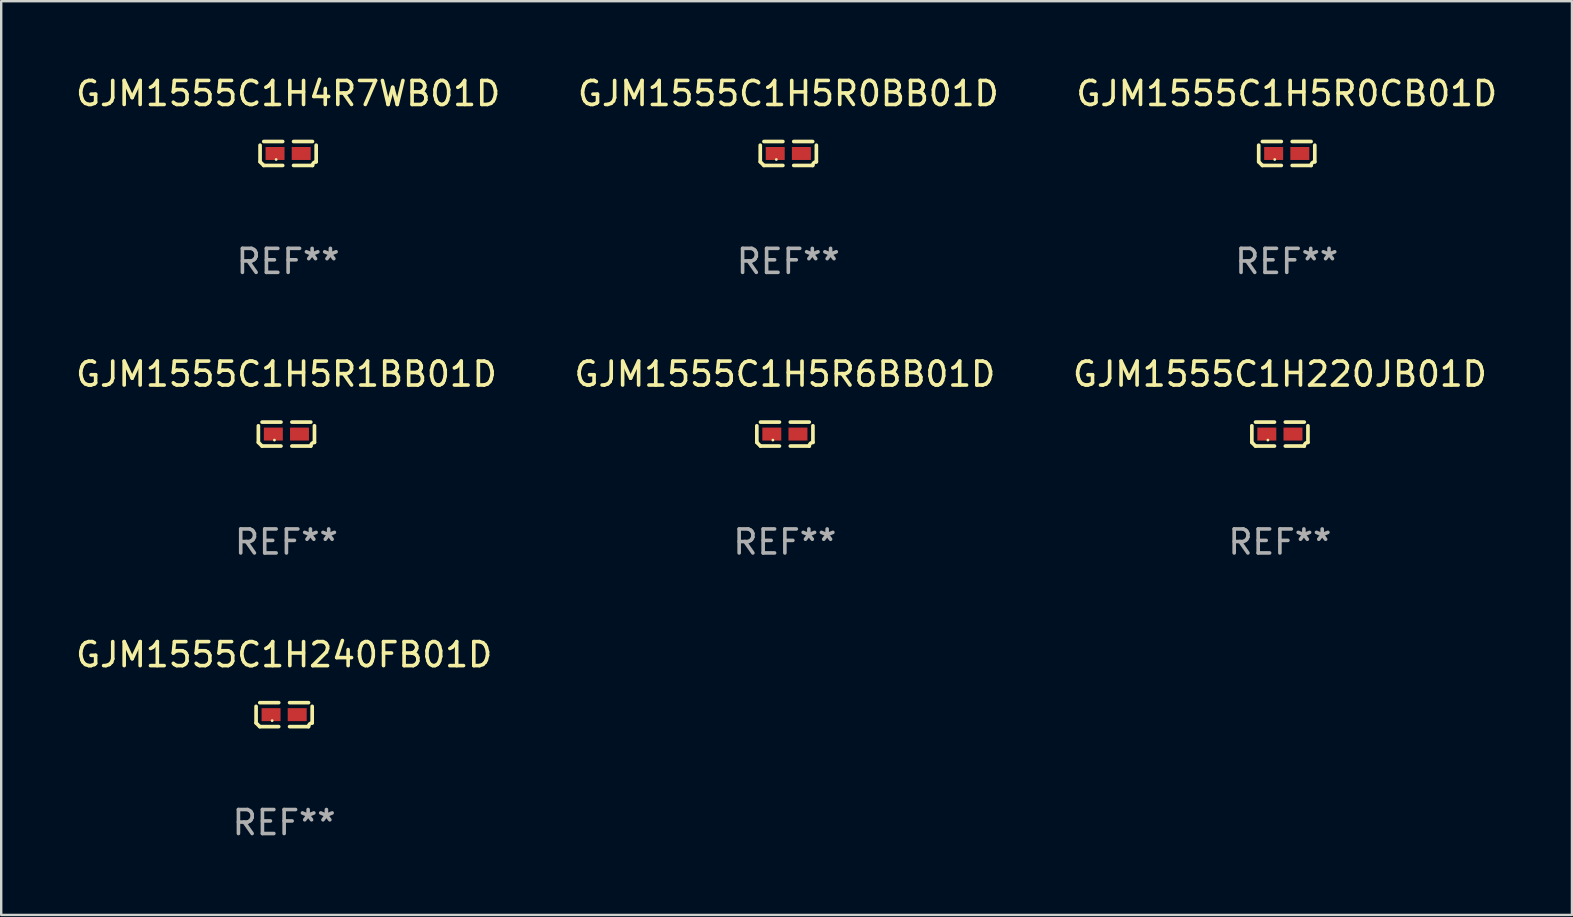
<source format=kicad_pcb>
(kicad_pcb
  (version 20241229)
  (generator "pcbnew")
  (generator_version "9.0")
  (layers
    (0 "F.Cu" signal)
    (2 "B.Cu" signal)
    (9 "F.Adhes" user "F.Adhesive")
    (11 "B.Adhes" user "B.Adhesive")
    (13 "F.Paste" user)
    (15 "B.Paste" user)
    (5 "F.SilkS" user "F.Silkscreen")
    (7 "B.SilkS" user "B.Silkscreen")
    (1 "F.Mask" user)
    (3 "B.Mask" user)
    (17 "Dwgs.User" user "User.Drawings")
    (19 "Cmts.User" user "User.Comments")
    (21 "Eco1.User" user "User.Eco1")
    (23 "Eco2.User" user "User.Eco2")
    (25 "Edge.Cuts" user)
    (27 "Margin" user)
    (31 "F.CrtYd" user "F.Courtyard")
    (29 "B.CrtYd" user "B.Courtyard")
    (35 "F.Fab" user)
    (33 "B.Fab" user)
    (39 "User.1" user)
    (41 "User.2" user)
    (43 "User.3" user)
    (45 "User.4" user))
  (footprint "GJM1555C1H5R0CB01D"
    (layer "F.Cu")
    (at 50.577 3.347)
    (property "Reference" "GJM1555C1H5R0CB01D" (at 0 -2.499 0) (layer "F.SilkS") (effects (font (size 1 1) (thickness 0.15))))
    (attr through_hole)
    (fp_line (start -1.169 0.346) (end -1.169 -0.346) (stroke (width 0.152) (type solid)) (layer "F.SilkS"))
    (fp_line (start -1.016 -0.499) (end -0.226 -0.499) (stroke (width 0.152) (type solid)) (layer "F.SilkS"))
    (fp_line (start -0.226 0.499) (end -1.016 0.499) (stroke (width 0.152) (type solid)) (layer "F.SilkS"))
    (fp_line (start 0.226 0.499) (end 1.016 0.499) (stroke (width 0.152) (type solid)) (layer "F.SilkS"))
    (fp_line (start 1.016 -0.499) (end 0.226 -0.499) (stroke (width 0.152) (type solid)) (layer "F.SilkS"))
    (fp_line (start 1.169 0.346) (end 1.169 -0.346) (stroke (width 0.152) (type solid)) (layer "F.SilkS"))
    (fp_arc (start -1.016307 0.498603) (mid -1.092512 0.422405) (end -1.16871 0.3462) (stroke (width 0.1524) (type solid)) (layer "F.SilkS"))
    (fp_arc (start 1.016307 0.498603) (mid 1.060899 0.390758) (end 1.168707 0.346076) (stroke (width 0.1524) (type solid)) (layer "F.SilkS"))
    (fp_circle (center -0.5 0.25) (end -0.47 0.25) (stroke (width 0.06) (type solid)) (fill no) (layer "F.SilkS"))
    (fp_text user "REF**" (at 0 4.499 0) (layer "F.Fab") (effects (font (size 1 1) (thickness 0.15))))
    (pad "1" smd rect (at -0.545 0) (size 0.79 0.54) (layers "F.Cu" "F.Mask" "F.Paste"))
    (pad "2" smd rect (at 0.545 0) (size 0.79 0.54) (layers "F.Cu" "F.Mask" "F.Paste")))
  (footprint "GJM1555C1H240FB01D"
    (layer "F.Cu")
    (at 8.792 26.734)
    (property "Reference" "GJM1555C1H240FB01D" (at 0 -2.499 0) (layer "F.SilkS") (effects (font (size 1 1) (thickness 0.15))))
    (attr through_hole)
    (fp_line (start -1.169 0.346) (end -1.169 -0.346) (stroke (width 0.152) (type solid)) (layer "F.SilkS"))
    (fp_line (start -1.016 -0.499) (end -0.226 -0.499) (stroke (width 0.152) (type solid)) (layer "F.SilkS"))
    (fp_line (start -0.226 0.499) (end -1.016 0.499) (stroke (width 0.152) (type solid)) (layer "F.SilkS"))
    (fp_line (start 0.226 0.499) (end 1.016 0.499) (stroke (width 0.152) (type solid)) (layer "F.SilkS"))
    (fp_line (start 1.016 -0.499) (end 0.226 -0.499) (stroke (width 0.152) (type solid)) (layer "F.SilkS"))
    (fp_line (start 1.169 0.346) (end 1.169 -0.346) (stroke (width 0.152) (type solid)) (layer "F.SilkS"))
    (fp_arc (start -1.016307 0.498603) (mid -1.092512 0.422405) (end -1.16871 0.3462) (stroke (width 0.1524) (type solid)) (layer "F.SilkS"))
    (fp_arc (start 1.016307 0.498603) (mid 1.060899 0.390758) (end 1.168707 0.346076) (stroke (width 0.1524) (type solid)) (layer "F.SilkS"))
    (fp_circle (center -0.5 0.25) (end -0.47 0.25) (stroke (width 0.06) (type solid)) (fill no) (layer "F.SilkS"))
    (fp_text user "REF**" (at 0 4.499 0) (layer "F.Fab") (effects (font (size 1 1) (thickness 0.15))))
    (pad "1" smd rect (at -0.545 0) (size 0.79 0.54) (layers "F.Cu" "F.Mask" "F.Paste"))
    (pad "2" smd rect (at 0.545 0) (size 0.79 0.54) (layers "F.Cu" "F.Mask" "F.Paste")))
  (footprint "GJM1555C1H5R1BB01D"
    (layer "F.Cu")
    (at 8.887 15.041)
    (property "Reference" "GJM1555C1H5R1BB01D" (at 0 -2.499 0) (layer "F.SilkS") (effects (font (size 1 1) (thickness 0.15))))
    (attr through_hole)
    (fp_line (start -1.169 0.346) (end -1.169 -0.346) (stroke (width 0.152) (type solid)) (layer "F.SilkS"))
    (fp_line (start -1.016 -0.499) (end -0.226 -0.499) (stroke (width 0.152) (type solid)) (layer "F.SilkS"))
    (fp_line (start -0.226 0.499) (end -1.016 0.499) (stroke (width 0.152) (type solid)) (layer "F.SilkS"))
    (fp_line (start 0.226 0.499) (end 1.016 0.499) (stroke (width 0.152) (type solid)) (layer "F.SilkS"))
    (fp_line (start 1.016 -0.499) (end 0.226 -0.499) (stroke (width 0.152) (type solid)) (layer "F.SilkS"))
    (fp_line (start 1.169 0.346) (end 1.169 -0.346) (stroke (width 0.152) (type solid)) (layer "F.SilkS"))
    (fp_arc (start -1.016307 0.498603) (mid -1.092512 0.422405) (end -1.16871 0.3462) (stroke (width 0.1524) (type solid)) (layer "F.SilkS"))
    (fp_arc (start 1.016307 0.498603) (mid 1.060899 0.390758) (end 1.168707 0.346076) (stroke (width 0.1524) (type solid)) (layer "F.SilkS"))
    (fp_circle (center -0.5 0.25) (end -0.47 0.25) (stroke (width 0.06) (type solid)) (fill no) (layer "F.SilkS"))
    (fp_text user "REF**" (at 0 4.499 0) (layer "F.Fab") (effects (font (size 1 1) (thickness 0.15))))
    (pad "1" smd rect (at -0.545 0) (size 0.79 0.54) (layers "F.Cu" "F.Mask" "F.Paste"))
    (pad "2" smd rect (at 0.545 0) (size 0.79 0.54) (layers "F.Cu" "F.Mask" "F.Paste")))
  (footprint "GJM1555C1H5R6BB01D"
    (layer "F.Cu")
    (at 29.661 15.041)
    (property "Reference" "GJM1555C1H5R6BB01D" (at 0 -2.499 0) (layer "F.SilkS") (effects (font (size 1 1) (thickness 0.15))))
    (attr through_hole)
    (fp_line (start -1.169 0.346) (end -1.169 -0.346) (stroke (width 0.152) (type solid)) (layer "F.SilkS"))
    (fp_line (start -1.016 -0.499) (end -0.226 -0.499) (stroke (width 0.152) (type solid)) (layer "F.SilkS"))
    (fp_line (start -0.226 0.499) (end -1.016 0.499) (stroke (width 0.152) (type solid)) (layer "F.SilkS"))
    (fp_line (start 0.226 0.499) (end 1.016 0.499) (stroke (width 0.152) (type solid)) (layer "F.SilkS"))
    (fp_line (start 1.016 -0.499) (end 0.226 -0.499) (stroke (width 0.152) (type solid)) (layer "F.SilkS"))
    (fp_line (start 1.169 0.346) (end 1.169 -0.346) (stroke (width 0.152) (type solid)) (layer "F.SilkS"))
    (fp_arc (start -1.016307 0.498603) (mid -1.092512 0.422405) (end -1.16871 0.3462) (stroke (width 0.1524) (type solid)) (layer "F.SilkS"))
    (fp_arc (start 1.016307 0.498603) (mid 1.060899 0.390758) (end 1.168707 0.346076) (stroke (width 0.1524) (type solid)) (layer "F.SilkS"))
    (fp_circle (center -0.5 0.25) (end -0.47 0.25) (stroke (width 0.06) (type solid)) (fill no) (layer "F.SilkS"))
    (fp_text user "REF**" (at 0 4.499 0) (layer "F.Fab") (effects (font (size 1 1) (thickness 0.15))))
    (pad "1" smd rect (at -0.545 0) (size 0.79 0.54) (layers "F.Cu" "F.Mask" "F.Paste"))
    (pad "2" smd rect (at 0.545 0) (size 0.79 0.54) (layers "F.Cu" "F.Mask" "F.Paste")))
  (footprint "GJM1555C1H5R0BB01D"
    (layer "F.Cu")
    (at 29.804 3.347)
    (property "Reference" "GJM1555C1H5R0BB01D" (at 0 -2.499 0) (layer "F.SilkS") (effects (font (size 1 1) (thickness 0.15))))
    (attr through_hole)
    (fp_line (start -1.169 0.346) (end -1.169 -0.346) (stroke (width 0.152) (type solid)) (layer "F.SilkS"))
    (fp_line (start -1.016 -0.499) (end -0.226 -0.499) (stroke (width 0.152) (type solid)) (layer "F.SilkS"))
    (fp_line (start -0.226 0.499) (end -1.016 0.499) (stroke (width 0.152) (type solid)) (layer "F.SilkS"))
    (fp_line (start 0.226 0.499) (end 1.016 0.499) (stroke (width 0.152) (type solid)) (layer "F.SilkS"))
    (fp_line (start 1.016 -0.499) (end 0.226 -0.499) (stroke (width 0.152) (type solid)) (layer "F.SilkS"))
    (fp_line (start 1.169 0.346) (end 1.169 -0.346) (stroke (width 0.152) (type solid)) (layer "F.SilkS"))
    (fp_arc (start -1.016307 0.498603) (mid -1.092512 0.422405) (end -1.16871 0.3462) (stroke (width 0.1524) (type solid)) (layer "F.SilkS"))
    (fp_arc (start 1.016307 0.498603) (mid 1.060899 0.390758) (end 1.168707 0.346076) (stroke (width 0.1524) (type solid)) (layer "F.SilkS"))
    (fp_circle (center -0.5 0.25) (end -0.47 0.25) (stroke (width 0.06) (type solid)) (fill no) (layer "F.SilkS"))
    (fp_text user "REF**" (at 0 4.499 0) (layer "F.Fab") (effects (font (size 1 1) (thickness 0.15))))
    (pad "1" smd rect (at -0.545 0) (size 0.79 0.54) (layers "F.Cu" "F.Mask" "F.Paste"))
    (pad "2" smd rect (at 0.545 0) (size 0.79 0.54) (layers "F.Cu" "F.Mask" "F.Paste")))
  (footprint "GJM1555C1H4R7WB01D"
    (layer "F.Cu")
    (at 8.958 3.347)
    (property "Reference" "GJM1555C1H4R7WB01D" (at 0 -2.499 0) (layer "F.SilkS") (effects (font (size 1 1) (thickness 0.15))))
    (attr through_hole)
    (fp_line (start -1.169 0.346) (end -1.169 -0.346) (stroke (width 0.152) (type solid)) (layer "F.SilkS"))
    (fp_line (start -1.016 -0.499) (end -0.226 -0.499) (stroke (width 0.152) (type solid)) (layer "F.SilkS"))
    (fp_line (start -0.226 0.499) (end -1.016 0.499) (stroke (width 0.152) (type solid)) (layer "F.SilkS"))
    (fp_line (start 0.226 0.499) (end 1.016 0.499) (stroke (width 0.152) (type solid)) (layer "F.SilkS"))
    (fp_line (start 1.016 -0.499) (end 0.226 -0.499) (stroke (width 0.152) (type solid)) (layer "F.SilkS"))
    (fp_line (start 1.169 0.346) (end 1.169 -0.346) (stroke (width 0.152) (type solid)) (layer "F.SilkS"))
    (fp_arc (start -1.016307 0.498603) (mid -1.092512 0.422405) (end -1.16871 0.3462) (stroke (width 0.1524) (type solid)) (layer "F.SilkS"))
    (fp_arc (start 1.016307 0.498603) (mid 1.060899 0.390758) (end 1.168707 0.346076) (stroke (width 0.1524) (type solid)) (layer "F.SilkS"))
    (fp_circle (center -0.5 0.25) (end -0.47 0.25) (stroke (width 0.06) (type solid)) (fill no) (layer "F.SilkS"))
    (fp_text user "REF**" (at 0 4.499 0) (layer "F.Fab") (effects (font (size 1 1) (thickness 0.15))))
    (pad "1" smd rect (at -0.545 0) (size 0.79 0.54) (layers "F.Cu" "F.Mask" "F.Paste"))
    (pad "2" smd rect (at 0.545 0) (size 0.79 0.54) (layers "F.Cu" "F.Mask" "F.Paste")))
  (footprint "GJM1555C1H220JB01D"
    (layer "F.Cu")
    (at 50.292 15.041)
    (property "Reference" "GJM1555C1H220JB01D" (at 0 -2.499 0) (layer "F.SilkS") (effects (font (size 1 1) (thickness 0.15))))
    (attr through_hole)
    (fp_line (start -1.169 0.346) (end -1.169 -0.346) (stroke (width 0.152) (type solid)) (layer "F.SilkS"))
    (fp_line (start -1.016 -0.499) (end -0.226 -0.499) (stroke (width 0.152) (type solid)) (layer "F.SilkS"))
    (fp_line (start -0.226 0.499) (end -1.016 0.499) (stroke (width 0.152) (type solid)) (layer "F.SilkS"))
    (fp_line (start 0.226 0.499) (end 1.016 0.499) (stroke (width 0.152) (type solid)) (layer "F.SilkS"))
    (fp_line (start 1.016 -0.499) (end 0.226 -0.499) (stroke (width 0.152) (type solid)) (layer "F.SilkS"))
    (fp_line (start 1.169 0.346) (end 1.169 -0.346) (stroke (width 0.152) (type solid)) (layer "F.SilkS"))
    (fp_arc (start -1.016307 0.498603) (mid -1.092512 0.422405) (end -1.16871 0.3462) (stroke (width 0.1524) (type solid)) (layer "F.SilkS"))
    (fp_arc (start 1.016307 0.498603) (mid 1.060899 0.390758) (end 1.168707 0.346076) (stroke (width 0.1524) (type solid)) (layer "F.SilkS"))
    (fp_circle (center -0.5 0.25) (end -0.47 0.25) (stroke (width 0.06) (type solid)) (fill no) (layer "F.SilkS"))
    (fp_text user "REF**" (at 0 4.499 0) (layer "F.Fab") (effects (font (size 1 1) (thickness 0.15))))
    (pad "1" smd rect (at -0.545 0) (size 0.79 0.54) (layers "F.Cu" "F.Mask" "F.Paste"))
    (pad "2" smd rect (at 0.545 0) (size 0.79 0.54) (layers "F.Cu" "F.Mask" "F.Paste")))
  (gr_rect
    (start -3 -3)
    (end 62.464 35.081)
    (stroke (width 0.1) (type default))
    (fill no)
    (layer "Edge.Cuts")))
</source>
